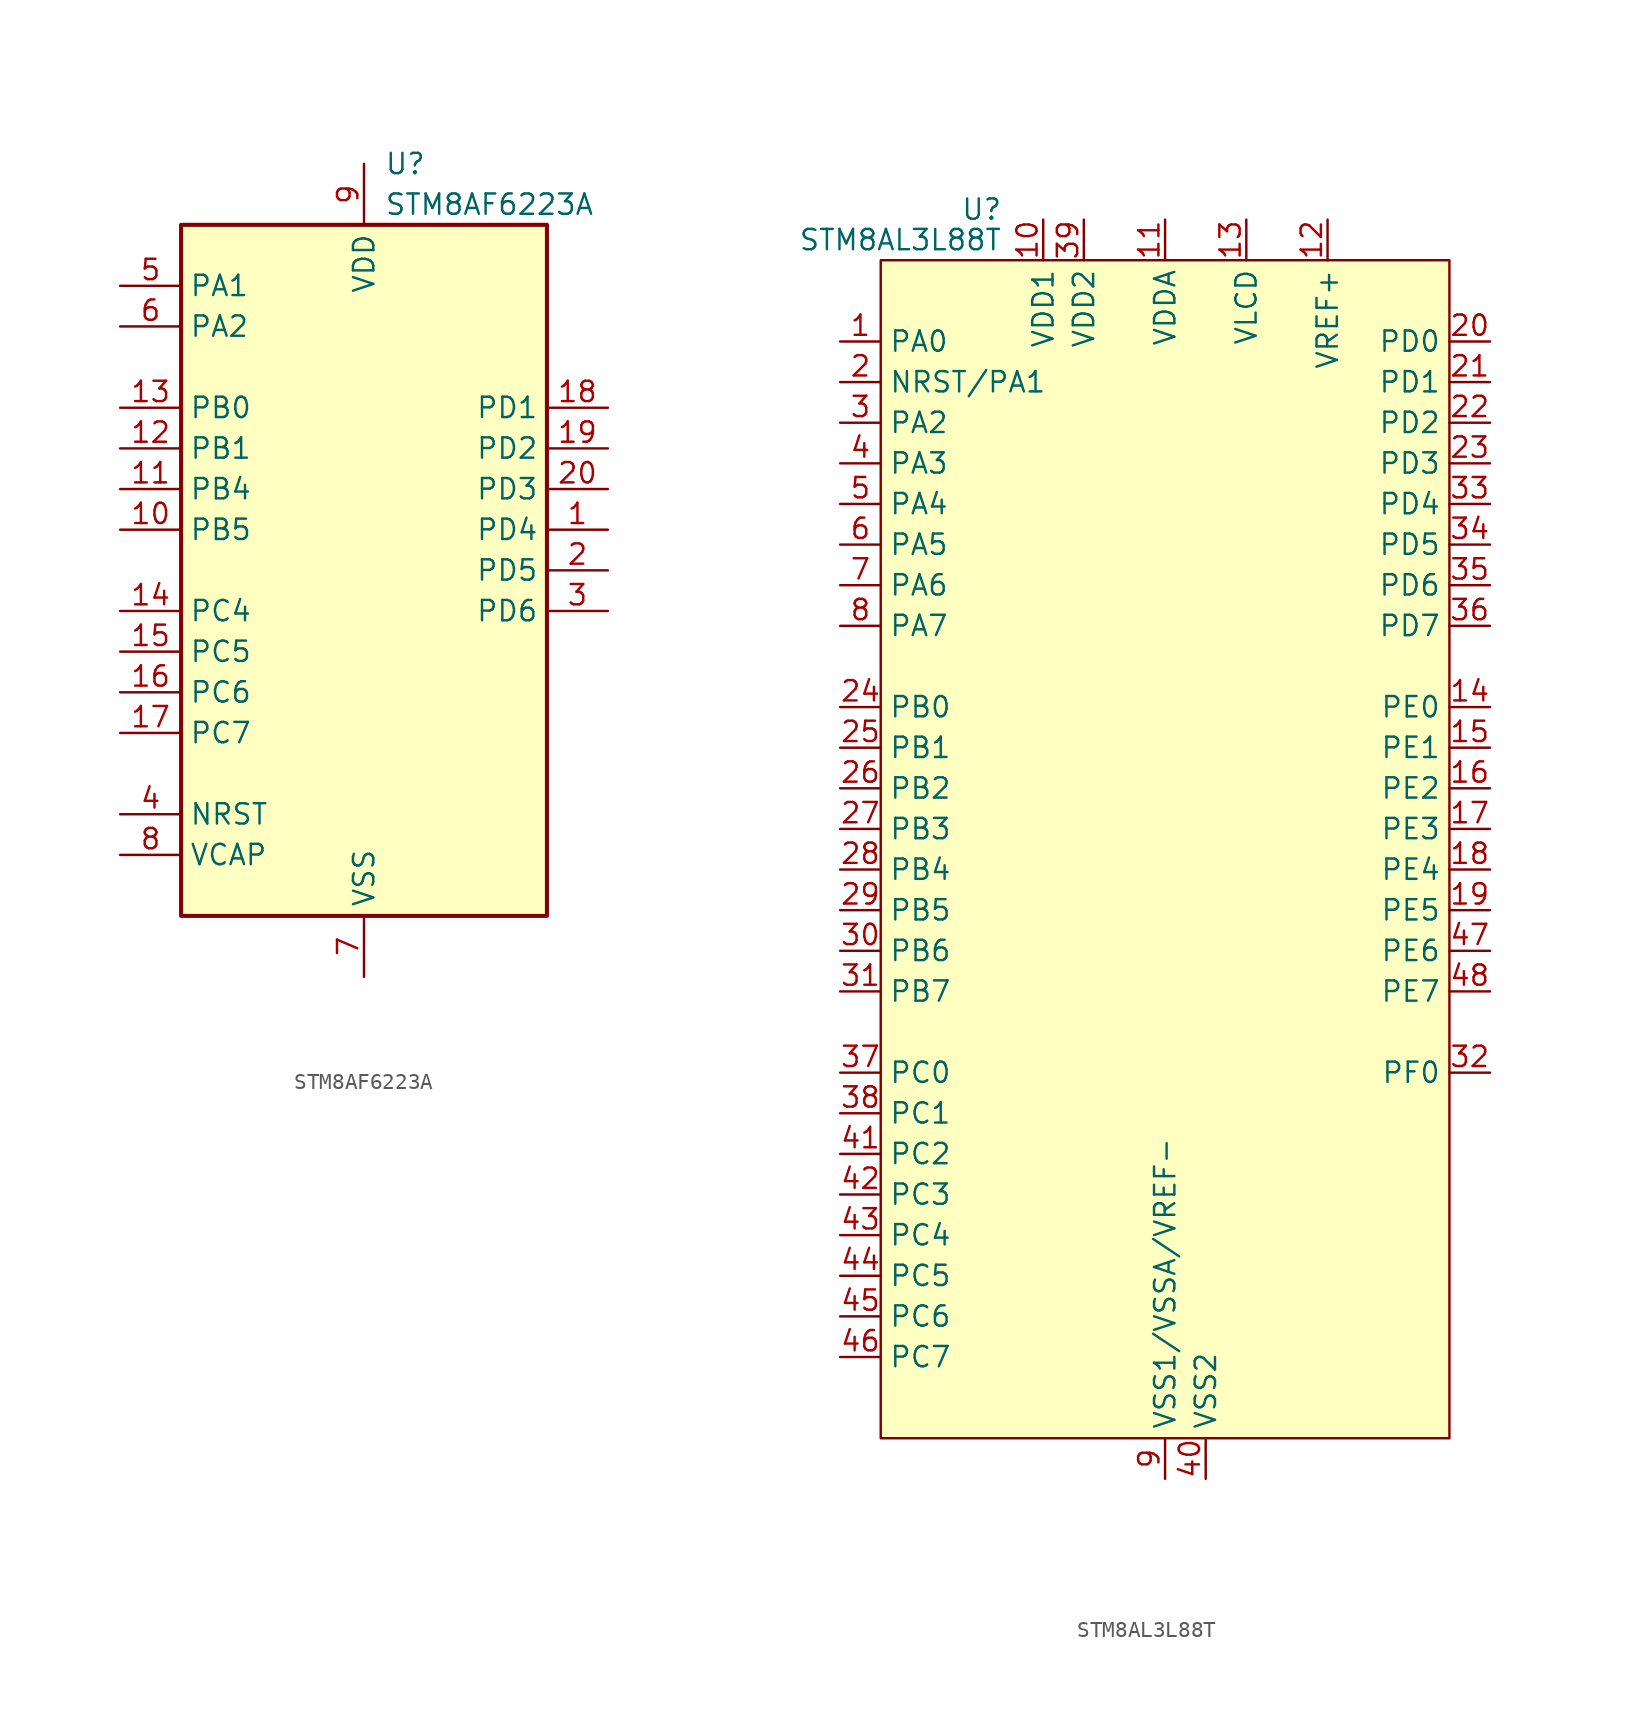
<source format=kicad_sym>
(kicad_symbol_lib
  (version 20231120)
  (generator "kicad_symbol_editor")
  (generator_version "8.0")
  (symbol "STM8AF6223A"
    (property "Reference" "U"
      (at 1.27 25.4 0)
      (effects (font (size 1.27 1.27)) (justify left)))
    (property "Value" "STM8AF6223A"
      (at 1.27 22.86 0)
      (effects (font (size 1.27 1.27)) (justify left)))
    (symbol "STM8AF6223A_0_1"
      (rectangle (start -11.43 21.59) (end 11.43 -21.59) (stroke (width 0.254) (type default)) (fill (type background))))
    (symbol "STM8AF6223A_1_1"
      (pin bidirectional line (at 15.24 2.54 180) (length 3.81) (name "PD4" (effects (font (size 1.27 1.27)))) (number "1" (effects (font (size 1.27 1.27)))))
      (pin bidirectional line (at -15.24 2.54 0) (length 3.81) (name "PB5" (effects (font (size 1.27 1.27)))) (number "10" (effects (font (size 1.27 1.27)))))
      (pin bidirectional line (at -15.24 5.08 0) (length 3.81) (name "PB4" (effects (font (size 1.27 1.27)))) (number "11" (effects (font (size 1.27 1.27)))))
      (pin bidirectional line (at -15.24 7.62 0) (length 3.81) (name "PB1" (effects (font (size 1.27 1.27)))) (number "12" (effects (font (size 1.27 1.27)))))
      (pin bidirectional line (at -15.24 10.16 0) (length 3.81) (name "PB0" (effects (font (size 1.27 1.27)))) (number "13" (effects (font (size 1.27 1.27)))))
      (pin bidirectional line (at -15.24 -2.54 0) (length 3.81) (name "PC4" (effects (font (size 1.27 1.27)))) (number "14" (effects (font (size 1.27 1.27)))))
      (pin bidirectional line (at -15.24 -5.08 0) (length 3.81) (name "PC5" (effects (font (size 1.27 1.27)))) (number "15" (effects (font (size 1.27 1.27)))))
      (pin bidirectional line (at -15.24 -7.62 0) (length 3.81) (name "PC6" (effects (font (size 1.27 1.27)))) (number "16" (effects (font (size 1.27 1.27)))))
      (pin bidirectional line (at -15.24 -10.16 0) (length 3.81) (name "PC7" (effects (font (size 1.27 1.27)))) (number "17" (effects (font (size 1.27 1.27)))))
      (pin bidirectional line (at 15.24 10.16 180) (length 3.81) (name "PD1" (effects (font (size 1.27 1.27)))) (number "18" (effects (font (size 1.27 1.27)))))
      (pin bidirectional line (at 15.24 7.62 180) (length 3.81) (name "PD2" (effects (font (size 1.27 1.27)))) (number "19" (effects (font (size 1.27 1.27)))))
      (pin bidirectional line (at 15.24 0 180) (length 3.81) (name "PD5" (effects (font (size 1.27 1.27)))) (number "2" (effects (font (size 1.27 1.27)))))
      (pin bidirectional line (at 15.24 5.08 180) (length 3.81) (name "PD3" (effects (font (size 1.27 1.27)))) (number "20" (effects (font (size 1.27 1.27)))))
      (pin bidirectional line (at 15.24 -2.54 180) (length 3.81) (name "PD6" (effects (font (size 1.27 1.27)))) (number "3" (effects (font (size 1.27 1.27)))))
      (pin input line (at -15.24 -15.24 0) (length 3.81) (name "NRST" (effects (font (size 1.27 1.27)))) (number "4" (effects (font (size 1.27 1.27)))))
      (pin bidirectional line (at -15.24 17.78 0) (length 3.81) (name "PA1" (effects (font (size 1.27 1.27)))) (number "5" (effects (font (size 1.27 1.27)))))
      (pin bidirectional line (at -15.24 15.24 0) (length 3.81) (name "PA2" (effects (font (size 1.27 1.27)))) (number "6" (effects (font (size 1.27 1.27)))))
      (pin power_in line (at 0 -25.4 90) (length 3.81) (name "VSS" (effects (font (size 1.27 1.27)))) (number "7" (effects (font (size 1.27 1.27)))))
      (pin input line (at -15.24 -17.78 0) (length 3.81) (name "VCAP" (effects (font (size 1.27 1.27)))) (number "8" (effects (font (size 1.27 1.27)))))
      (pin power_in line (at 0 25.4 270) (length 3.81) (name "VDD" (effects (font (size 1.27 1.27)))) (number "9" (effects (font (size 1.27 1.27)))))))
  (symbol "STM8AL3L88T"
    (property "Reference" "U"
      (at -10.16 38.735 0)
      (effects (font (size 1.27 1.27)) (justify right)))
    (property "Value" "STM8AL3L88T"
      (at -10.16 36.83 0)
      (effects (font (size 1.27 1.27)) (justify right)))
    (symbol "STM8AL3L88T_0_0"
      (pin bidirectional line (at -20.32 30.48 0) (length 2.54) (name "PA0" (effects (font (size 1.27 1.27)))) (number "1" (effects (font (size 1.27 1.27)))))
      (pin power_in line (at -7.62 38.1 270) (length 2.54) (name "VDD1" (effects (font (size 1.27 1.27)))) (number "10" (effects (font (size 1.27 1.27)))))
      (pin power_in line (at 0 38.1 270) (length 2.54) (name "VDDA" (effects (font (size 1.27 1.27)))) (number "11" (effects (font (size 1.27 1.27)))))
      (pin power_in line (at 10.16 38.1 270) (length 2.54) (name "VREF+" (effects (font (size 1.27 1.27)))) (number "12" (effects (font (size 1.27 1.27)))))
      (pin power_in line (at 5.08 38.1 270) (length 2.54) (name "VLCD" (effects (font (size 1.27 1.27)))) (number "13" (effects (font (size 1.27 1.27)))))
      (pin bidirectional line (at 20.32 7.62 180) (length 2.54) (name "PE0" (effects (font (size 1.27 1.27)))) (number "14" (effects (font (size 1.27 1.27)))))
      (pin bidirectional line (at 20.32 5.08 180) (length 2.54) (name "PE1" (effects (font (size 1.27 1.27)))) (number "15" (effects (font (size 1.27 1.27)))))
      (pin bidirectional line (at 20.32 2.54 180) (length 2.54) (name "PE2" (effects (font (size 1.27 1.27)))) (number "16" (effects (font (size 1.27 1.27)))))
      (pin bidirectional line (at 20.32 0 180) (length 2.54) (name "PE3" (effects (font (size 1.27 1.27)))) (number "17" (effects (font (size 1.27 1.27)))))
      (pin bidirectional line (at 20.32 -2.54 180) (length 2.54) (name "PE4" (effects (font (size 1.27 1.27)))) (number "18" (effects (font (size 1.27 1.27)))))
      (pin bidirectional line (at 20.32 -5.08 180) (length 2.54) (name "PE5" (effects (font (size 1.27 1.27)))) (number "19" (effects (font (size 1.27 1.27)))))
      (pin bidirectional line (at -20.32 27.94 0) (length 2.54) (name "NRST/PA1" (effects (font (size 1.27 1.27)))) (number "2" (effects (font (size 1.27 1.27)))))
      (pin bidirectional line (at 20.32 30.48 180) (length 2.54) (name "PD0" (effects (font (size 1.27 1.27)))) (number "20" (effects (font (size 1.27 1.27)))))
      (pin bidirectional line (at 20.32 27.94 180) (length 2.54) (name "PD1" (effects (font (size 1.27 1.27)))) (number "21" (effects (font (size 1.27 1.27)))))
      (pin bidirectional line (at 20.32 25.4 180) (length 2.54) (name "PD2" (effects (font (size 1.27 1.27)))) (number "22" (effects (font (size 1.27 1.27)))))
      (pin bidirectional line (at 20.32 22.86 180) (length 2.54) (name "PD3" (effects (font (size 1.27 1.27)))) (number "23" (effects (font (size 1.27 1.27)))))
      (pin bidirectional line (at -20.32 7.62 0) (length 2.54) (name "PB0" (effects (font (size 1.27 1.27)))) (number "24" (effects (font (size 1.27 1.27)))))
      (pin bidirectional line (at -20.32 5.08 0) (length 2.54) (name "PB1" (effects (font (size 1.27 1.27)))) (number "25" (effects (font (size 1.27 1.27)))))
      (pin bidirectional line (at -20.32 2.54 0) (length 2.54) (name "PB2" (effects (font (size 1.27 1.27)))) (number "26" (effects (font (size 1.27 1.27)))))
      (pin bidirectional line (at -20.32 0 0) (length 2.54) (name "PB3" (effects (font (size 1.27 1.27)))) (number "27" (effects (font (size 1.27 1.27)))))
      (pin bidirectional line (at -20.32 -2.54 0) (length 2.54) (name "PB4" (effects (font (size 1.27 1.27)))) (number "28" (effects (font (size 1.27 1.27)))))
      (pin bidirectional line (at -20.32 -5.08 0) (length 2.54) (name "PB5" (effects (font (size 1.27 1.27)))) (number "29" (effects (font (size 1.27 1.27)))))
      (pin bidirectional line (at -20.32 25.4 0) (length 2.54) (name "PA2" (effects (font (size 1.27 1.27)))) (number "3" (effects (font (size 1.27 1.27)))))
      (pin bidirectional line (at -20.32 -7.62 0) (length 2.54) (name "PB6" (effects (font (size 1.27 1.27)))) (number "30" (effects (font (size 1.27 1.27)))))
      (pin bidirectional line (at -20.32 -10.16 0) (length 2.54) (name "PB7" (effects (font (size 1.27 1.27)))) (number "31" (effects (font (size 1.27 1.27)))))
      (pin bidirectional line (at 20.32 -15.24 180) (length 2.54) (name "PF0" (effects (font (size 1.27 1.27)))) (number "32" (effects (font (size 1.27 1.27)))))
      (pin bidirectional line (at 20.32 20.32 180) (length 2.54) (name "PD4" (effects (font (size 1.27 1.27)))) (number "33" (effects (font (size 1.27 1.27)))))
      (pin bidirectional line (at 20.32 17.78 180) (length 2.54) (name "PD5" (effects (font (size 1.27 1.27)))) (number "34" (effects (font (size 1.27 1.27)))))
      (pin bidirectional line (at 20.32 15.24 180) (length 2.54) (name "PD6" (effects (font (size 1.27 1.27)))) (number "35" (effects (font (size 1.27 1.27)))))
      (pin bidirectional line (at 20.32 12.7 180) (length 2.54) (name "PD7" (effects (font (size 1.27 1.27)))) (number "36" (effects (font (size 1.27 1.27)))))
      (pin bidirectional line (at -20.32 -15.24 0) (length 2.54) (name "PC0" (effects (font (size 1.27 1.27)))) (number "37" (effects (font (size 1.27 1.27)))))
      (pin bidirectional line (at -20.32 -17.78 0) (length 2.54) (name "PC1" (effects (font (size 1.27 1.27)))) (number "38" (effects (font (size 1.27 1.27)))))
      (pin power_in line (at -5.08 38.1 270) (length 2.54) (name "VDD2" (effects (font (size 1.27 1.27)))) (number "39" (effects (font (size 1.27 1.27)))))
      (pin bidirectional line (at -20.32 22.86 0) (length 2.54) (name "PA3" (effects (font (size 1.27 1.27)))) (number "4" (effects (font (size 1.27 1.27)))))
      (pin power_in line (at 2.54 -40.64 90) (length 2.54) (name "VSS2" (effects (font (size 1.27 1.27)))) (number "40" (effects (font (size 1.27 1.27)))))
      (pin bidirectional line (at -20.32 -20.32 0) (length 2.54) (name "PC2" (effects (font (size 1.27 1.27)))) (number "41" (effects (font (size 1.27 1.27)))))
      (pin bidirectional line (at -20.32 -22.86 0) (length 2.54) (name "PC3" (effects (font (size 1.27 1.27)))) (number "42" (effects (font (size 1.27 1.27)))))
      (pin bidirectional line (at -20.32 -25.4 0) (length 2.54) (name "PC4" (effects (font (size 1.27 1.27)))) (number "43" (effects (font (size 1.27 1.27)))))
      (pin bidirectional line (at -20.32 -27.94 0) (length 2.54) (name "PC5" (effects (font (size 1.27 1.27)))) (number "44" (effects (font (size 1.27 1.27)))))
      (pin bidirectional line (at -20.32 -30.48 0) (length 2.54) (name "PC6" (effects (font (size 1.27 1.27)))) (number "45" (effects (font (size 1.27 1.27)))))
      (pin bidirectional line (at -20.32 -33.02 0) (length 2.54) (name "PC7" (effects (font (size 1.27 1.27)))) (number "46" (effects (font (size 1.27 1.27)))))
      (pin bidirectional line (at 20.32 -7.62 180) (length 2.54) (name "PE6" (effects (font (size 1.27 1.27)))) (number "47" (effects (font (size 1.27 1.27)))))
      (pin bidirectional line (at 20.32 -10.16 180) (length 2.54) (name "PE7" (effects (font (size 1.27 1.27)))) (number "48" (effects (font (size 1.27 1.27)))))
      (pin bidirectional line (at -20.32 20.32 0) (length 2.54) (name "PA4" (effects (font (size 1.27 1.27)))) (number "5" (effects (font (size 1.27 1.27)))))
      (pin bidirectional line (at -20.32 17.78 0) (length 2.54) (name "PA5" (effects (font (size 1.27 1.27)))) (number "6" (effects (font (size 1.27 1.27)))))
      (pin bidirectional line (at -20.32 15.24 0) (length 2.54) (name "PA6" (effects (font (size 1.27 1.27)))) (number "7" (effects (font (size 1.27 1.27)))))
      (pin bidirectional line (at -20.32 12.7 0) (length 2.54) (name "PA7" (effects (font (size 1.27 1.27)))) (number "8" (effects (font (size 1.27 1.27)))))
      (pin power_in line (at 0 -40.64 90) (length 2.54) (name "VSS1/VSSA/VREF-" (effects (font (size 1.27 1.27)))) (number "9" (effects (font (size 1.27 1.27))))))
    (symbol "STM8AL3L88T_0_1"
      (rectangle (start -17.78 35.56) (end 17.78 -38.1) (stroke (width 0) (type default)) (fill (type background))))))
</source>
